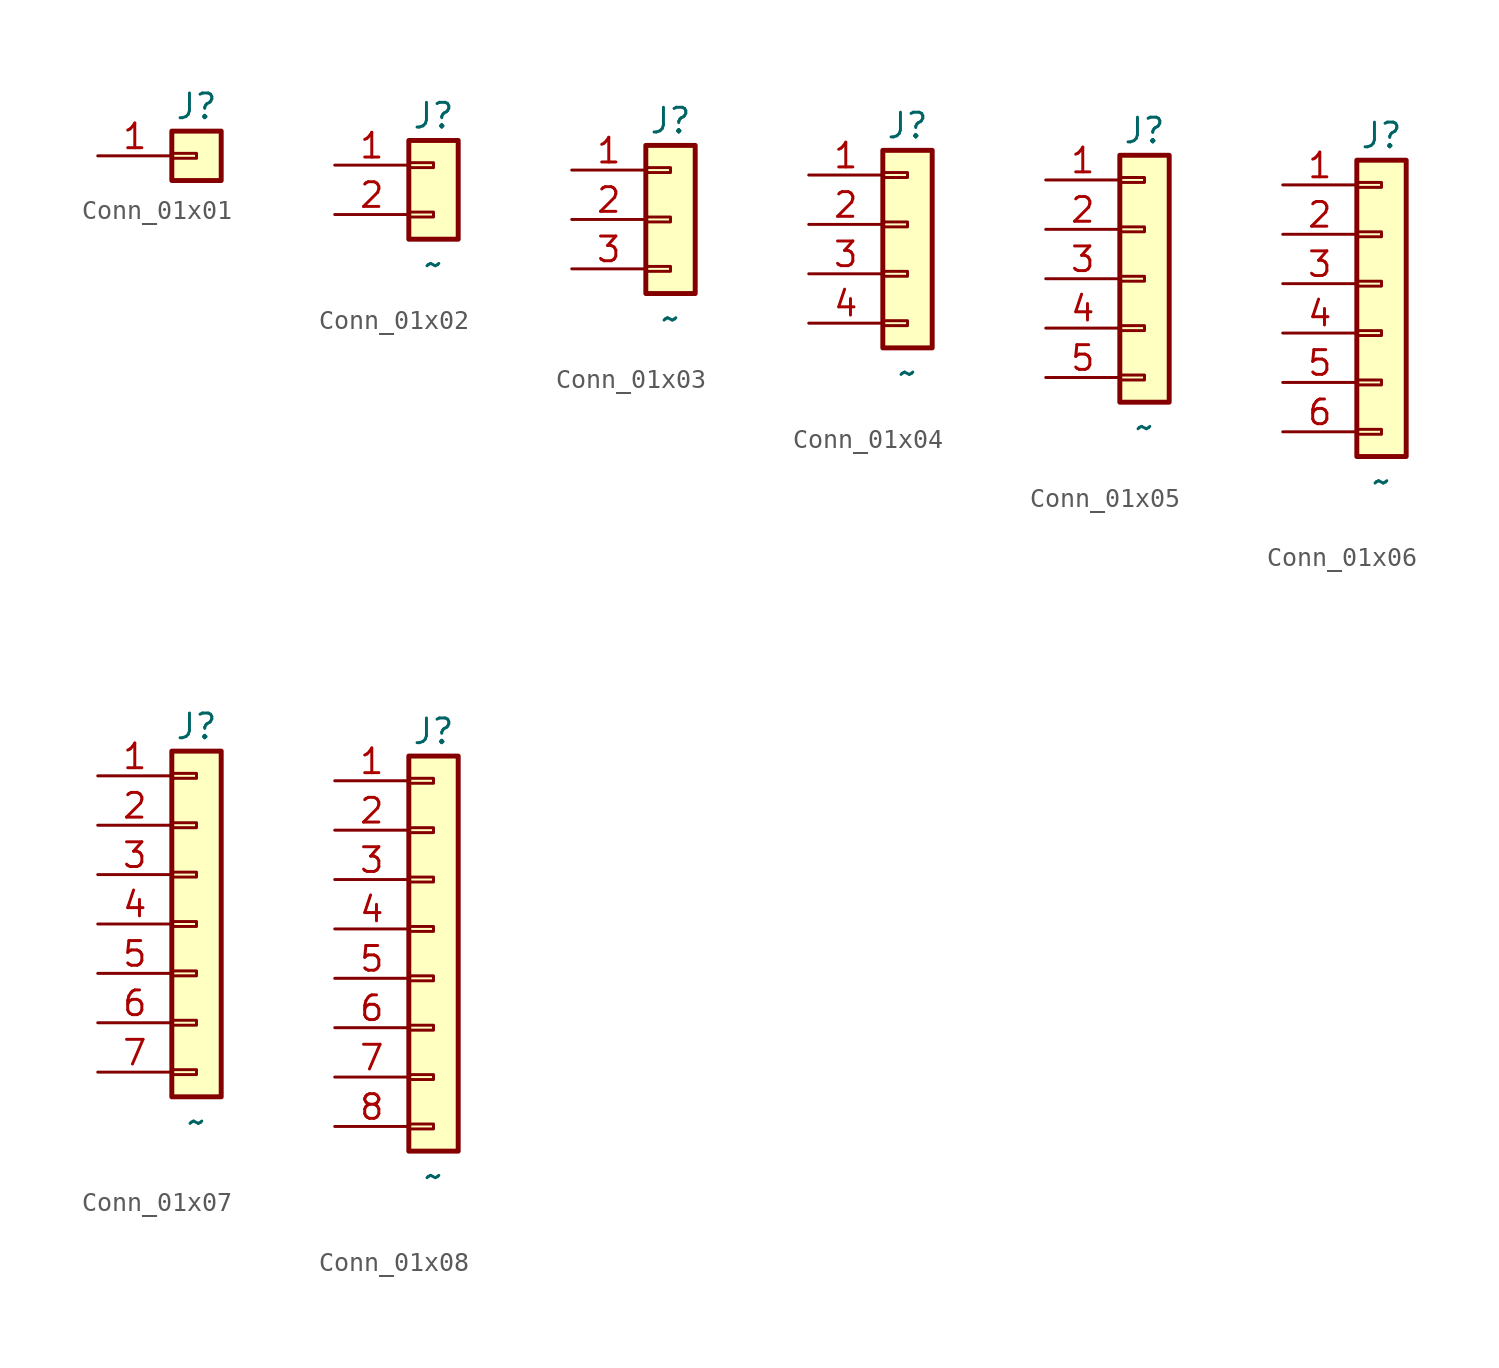
<source format=kicad_sym>
(kicad_symbol_lib
  (version 20231120)
  (generator "kicad_symbol_editor")
  (generator_version "8.0")
  (symbol "Conn_01x01"
    (pin_names
      (offset 1.016) hide)
    (property "Reference" "J"
      (at 0 2.54 0)
      (effects (font (size 1.27 1.27))))
    (symbol "Conn_01x01_1_1"
      (rectangle (start -1.27 0.127) (end 0 -0.127) (stroke (width 0.152) (type default)) (fill (type none)))
      (rectangle (start -1.27 1.27) (end 1.27 -1.27) (stroke (width 0.254) (type default)) (fill (type background)))
      (pin passive line (at -5.08 0 0) (length 3.81) (name "Pin_1" (effects (font (size 1.27 1.27)))) (number "1" (effects (font (size 1.27 1.27)))))))
  (symbol "Conn_01x02"
    (pin_names
      (offset 1.016) hide)
    (property "Reference" "J"
      (at 0 2.54 0)
      (effects (font (size 1.27 1.27))))
    (property "Value" "~"
      (at 0 -5.08 0)
      (effects (font (size 1.27 1.27))))
    (symbol "Conn_01x02_1_1"
      (rectangle (start -1.27 -2.413) (end 0 -2.667) (stroke (width 0.152) (type default)) (fill (type none)))
      (rectangle (start -1.27 0.127) (end 0 -0.127) (stroke (width 0.152) (type default)) (fill (type none)))
      (rectangle (start -1.27 1.27) (end 1.27 -3.81) (stroke (width 0.254) (type default)) (fill (type background)))
      (pin passive line (at -5.08 0 0) (length 3.81) (name "Pin_1" (effects (font (size 1.27 1.27)))) (number "1" (effects (font (size 1.27 1.27)))))
      (pin passive line (at -5.08 -2.54 0) (length 3.81) (name "Pin_2" (effects (font (size 1.27 1.27)))) (number "2" (effects (font (size 1.27 1.27)))))))
  (symbol "Conn_01x03"
    (pin_names
      (offset 1.016) hide)
    (property "Reference" "J"
      (at 0 5.08 0)
      (effects (font (size 1.27 1.27))))
    (property "Value" "~"
      (at 0 -5.08 0)
      (effects (font (size 1.27 1.27))))
    (symbol "Conn_01x03_1_1"
      (rectangle (start -1.27 -2.413) (end 0 -2.667) (stroke (width 0.152) (type default)) (fill (type none)))
      (rectangle (start -1.27 0.127) (end 0 -0.127) (stroke (width 0.152) (type default)) (fill (type none)))
      (rectangle (start -1.27 2.667) (end 0 2.413) (stroke (width 0.152) (type default)) (fill (type none)))
      (rectangle (start -1.27 3.81) (end 1.27 -3.81) (stroke (width 0.254) (type default)) (fill (type background)))
      (pin passive line (at -5.08 2.54 0) (length 3.81) (name "Pin_1" (effects (font (size 1.27 1.27)))) (number "1" (effects (font (size 1.27 1.27)))))
      (pin passive line (at -5.08 0 0) (length 3.81) (name "Pin_2" (effects (font (size 1.27 1.27)))) (number "2" (effects (font (size 1.27 1.27)))))
      (pin passive line (at -5.08 -2.54 0) (length 3.81) (name "Pin_3" (effects (font (size 1.27 1.27)))) (number "3" (effects (font (size 1.27 1.27)))))))
  (symbol "Conn_01x04"
    (pin_names
      (offset 1.016) hide)
    (property "Reference" "J"
      (at 0 5.08 0)
      (effects (font (size 1.27 1.27))))
    (property "Value" "~"
      (at 0 -7.62 0)
      (effects (font (size 1.27 1.27))))
    (symbol "Conn_01x04_1_1"
      (rectangle (start -1.27 -4.953) (end 0 -5.207) (stroke (width 0.152) (type default)) (fill (type none)))
      (rectangle (start -1.27 -2.413) (end 0 -2.667) (stroke (width 0.152) (type default)) (fill (type none)))
      (rectangle (start -1.27 0.127) (end 0 -0.127) (stroke (width 0.152) (type default)) (fill (type none)))
      (rectangle (start -1.27 2.667) (end 0 2.413) (stroke (width 0.152) (type default)) (fill (type none)))
      (rectangle (start -1.27 3.81) (end 1.27 -6.35) (stroke (width 0.254) (type default)) (fill (type background)))
      (pin passive line (at -5.08 2.54 0) (length 3.81) (name "Pin_1" (effects (font (size 1.27 1.27)))) (number "1" (effects (font (size 1.27 1.27)))))
      (pin passive line (at -5.08 0 0) (length 3.81) (name "Pin_2" (effects (font (size 1.27 1.27)))) (number "2" (effects (font (size 1.27 1.27)))))
      (pin passive line (at -5.08 -2.54 0) (length 3.81) (name "Pin_3" (effects (font (size 1.27 1.27)))) (number "3" (effects (font (size 1.27 1.27)))))
      (pin passive line (at -5.08 -5.08 0) (length 3.81) (name "Pin_4" (effects (font (size 1.27 1.27)))) (number "4" (effects (font (size 1.27 1.27)))))))
  (symbol "Conn_01x05"
    (pin_names
      (offset 1.016) hide)
    (property "Reference" "J"
      (at 0 7.62 0)
      (effects (font (size 1.27 1.27))))
    (property "Value" "~"
      (at 0 -7.62 0)
      (effects (font (size 1.27 1.27))))
    (symbol "Conn_01x05_1_1"
      (rectangle (start -1.27 -4.953) (end 0 -5.207) (stroke (width 0.152) (type default)) (fill (type none)))
      (rectangle (start -1.27 -2.413) (end 0 -2.667) (stroke (width 0.152) (type default)) (fill (type none)))
      (rectangle (start -1.27 0.127) (end 0 -0.127) (stroke (width 0.152) (type default)) (fill (type none)))
      (rectangle (start -1.27 2.667) (end 0 2.413) (stroke (width 0.152) (type default)) (fill (type none)))
      (rectangle (start -1.27 5.207) (end 0 4.953) (stroke (width 0.152) (type default)) (fill (type none)))
      (rectangle (start -1.27 6.35) (end 1.27 -6.35) (stroke (width 0.254) (type default)) (fill (type background)))
      (pin passive line (at -5.08 5.08 0) (length 3.81) (name "Pin_1" (effects (font (size 1.27 1.27)))) (number "1" (effects (font (size 1.27 1.27)))))
      (pin passive line (at -5.08 2.54 0) (length 3.81) (name "Pin_2" (effects (font (size 1.27 1.27)))) (number "2" (effects (font (size 1.27 1.27)))))
      (pin passive line (at -5.08 0 0) (length 3.81) (name "Pin_3" (effects (font (size 1.27 1.27)))) (number "3" (effects (font (size 1.27 1.27)))))
      (pin passive line (at -5.08 -2.54 0) (length 3.81) (name "Pin_4" (effects (font (size 1.27 1.27)))) (number "4" (effects (font (size 1.27 1.27)))))
      (pin passive line (at -5.08 -5.08 0) (length 3.81) (name "Pin_5" (effects (font (size 1.27 1.27)))) (number "5" (effects (font (size 1.27 1.27)))))))
  (symbol "Conn_01x06"
    (pin_names
      (offset 1.016) hide)
    (property "Reference" "J"
      (at 0 7.62 0)
      (effects (font (size 1.27 1.27))))
    (property "Value" "~"
      (at 0 -10.16 0)
      (effects (font (size 1.27 1.27))))
    (symbol "Conn_01x06_1_1"
      (rectangle (start -1.27 -7.493) (end 0 -7.747) (stroke (width 0.152) (type default)) (fill (type none)))
      (rectangle (start -1.27 -4.953) (end 0 -5.207) (stroke (width 0.152) (type default)) (fill (type none)))
      (rectangle (start -1.27 -2.413) (end 0 -2.667) (stroke (width 0.152) (type default)) (fill (type none)))
      (rectangle (start -1.27 0.127) (end 0 -0.127) (stroke (width 0.152) (type default)) (fill (type none)))
      (rectangle (start -1.27 2.667) (end 0 2.413) (stroke (width 0.152) (type default)) (fill (type none)))
      (rectangle (start -1.27 5.207) (end 0 4.953) (stroke (width 0.152) (type default)) (fill (type none)))
      (rectangle (start -1.27 6.35) (end 1.27 -8.89) (stroke (width 0.254) (type default)) (fill (type background)))
      (pin passive line (at -5.08 5.08 0) (length 3.81) (name "Pin_1" (effects (font (size 1.27 1.27)))) (number "1" (effects (font (size 1.27 1.27)))))
      (pin passive line (at -5.08 2.54 0) (length 3.81) (name "Pin_2" (effects (font (size 1.27 1.27)))) (number "2" (effects (font (size 1.27 1.27)))))
      (pin passive line (at -5.08 0 0) (length 3.81) (name "Pin_3" (effects (font (size 1.27 1.27)))) (number "3" (effects (font (size 1.27 1.27)))))
      (pin passive line (at -5.08 -2.54 0) (length 3.81) (name "Pin_4" (effects (font (size 1.27 1.27)))) (number "4" (effects (font (size 1.27 1.27)))))
      (pin passive line (at -5.08 -5.08 0) (length 3.81) (name "Pin_5" (effects (font (size 1.27 1.27)))) (number "5" (effects (font (size 1.27 1.27)))))
      (pin passive line (at -5.08 -7.62 0) (length 3.81) (name "Pin_6" (effects (font (size 1.27 1.27)))) (number "6" (effects (font (size 1.27 1.27)))))))
  (symbol "Conn_01x07"
    (pin_names
      (offset 1.016) hide)
    (property "Reference" "J"
      (at 0 10.16 0)
      (effects (font (size 1.27 1.27))))
    (property "Value" "~"
      (at 0 -10.16 0)
      (effects (font (size 1.27 1.27))))
    (symbol "Conn_01x07_1_1"
      (rectangle (start -1.27 -7.493) (end 0 -7.747) (stroke (width 0.152) (type default)) (fill (type none)))
      (rectangle (start -1.27 -4.953) (end 0 -5.207) (stroke (width 0.152) (type default)) (fill (type none)))
      (rectangle (start -1.27 -2.413) (end 0 -2.667) (stroke (width 0.152) (type default)) (fill (type none)))
      (rectangle (start -1.27 0.127) (end 0 -0.127) (stroke (width 0.152) (type default)) (fill (type none)))
      (rectangle (start -1.27 2.667) (end 0 2.413) (stroke (width 0.152) (type default)) (fill (type none)))
      (rectangle (start -1.27 5.207) (end 0 4.953) (stroke (width 0.152) (type default)) (fill (type none)))
      (rectangle (start -1.27 7.747) (end 0 7.493) (stroke (width 0.152) (type default)) (fill (type none)))
      (rectangle (start -1.27 8.89) (end 1.27 -8.89) (stroke (width 0.254) (type default)) (fill (type background)))
      (pin passive line (at -5.08 7.62 0) (length 3.81) (name "Pin_1" (effects (font (size 1.27 1.27)))) (number "1" (effects (font (size 1.27 1.27)))))
      (pin passive line (at -5.08 5.08 0) (length 3.81) (name "Pin_2" (effects (font (size 1.27 1.27)))) (number "2" (effects (font (size 1.27 1.27)))))
      (pin passive line (at -5.08 2.54 0) (length 3.81) (name "Pin_3" (effects (font (size 1.27 1.27)))) (number "3" (effects (font (size 1.27 1.27)))))
      (pin passive line (at -5.08 0 0) (length 3.81) (name "Pin_4" (effects (font (size 1.27 1.27)))) (number "4" (effects (font (size 1.27 1.27)))))
      (pin passive line (at -5.08 -2.54 0) (length 3.81) (name "Pin_5" (effects (font (size 1.27 1.27)))) (number "5" (effects (font (size 1.27 1.27)))))
      (pin passive line (at -5.08 -5.08 0) (length 3.81) (name "Pin_6" (effects (font (size 1.27 1.27)))) (number "6" (effects (font (size 1.27 1.27)))))
      (pin passive line (at -5.08 -7.62 0) (length 3.81) (name "Pin_7" (effects (font (size 1.27 1.27)))) (number "7" (effects (font (size 1.27 1.27)))))))
  (symbol "Conn_01x08"
    (pin_names
      (offset 1.016) hide)
    (property "Reference" "J"
      (at 0 10.16 0)
      (effects (font (size 1.27 1.27))))
    (property "Value" "~"
      (at 0 -12.7 0)
      (effects (font (size 1.27 1.27))))
    (symbol "Conn_01x08_1_1"
      (rectangle (start -1.27 -10.033) (end 0 -10.287) (stroke (width 0.152) (type default)) (fill (type none)))
      (rectangle (start -1.27 -7.493) (end 0 -7.747) (stroke (width 0.152) (type default)) (fill (type none)))
      (rectangle (start -1.27 -4.953) (end 0 -5.207) (stroke (width 0.152) (type default)) (fill (type none)))
      (rectangle (start -1.27 -2.413) (end 0 -2.667) (stroke (width 0.152) (type default)) (fill (type none)))
      (rectangle (start -1.27 0.127) (end 0 -0.127) (stroke (width 0.152) (type default)) (fill (type none)))
      (rectangle (start -1.27 2.667) (end 0 2.413) (stroke (width 0.152) (type default)) (fill (type none)))
      (rectangle (start -1.27 5.207) (end 0 4.953) (stroke (width 0.152) (type default)) (fill (type none)))
      (rectangle (start -1.27 7.747) (end 0 7.493) (stroke (width 0.152) (type default)) (fill (type none)))
      (rectangle (start -1.27 8.89) (end 1.27 -11.43) (stroke (width 0.254) (type default)) (fill (type background)))
      (pin passive line (at -5.08 7.62 0) (length 3.81) (name "Pin_1" (effects (font (size 1.27 1.27)))) (number "1" (effects (font (size 1.27 1.27)))))
      (pin passive line (at -5.08 5.08 0) (length 3.81) (name "Pin_2" (effects (font (size 1.27 1.27)))) (number "2" (effects (font (size 1.27 1.27)))))
      (pin passive line (at -5.08 2.54 0) (length 3.81) (name "Pin_3" (effects (font (size 1.27 1.27)))) (number "3" (effects (font (size 1.27 1.27)))))
      (pin passive line (at -5.08 0 0) (length 3.81) (name "Pin_4" (effects (font (size 1.27 1.27)))) (number "4" (effects (font (size 1.27 1.27)))))
      (pin passive line (at -5.08 -2.54 0) (length 3.81) (name "Pin_5" (effects (font (size 1.27 1.27)))) (number "5" (effects (font (size 1.27 1.27)))))
      (pin passive line (at -5.08 -5.08 0) (length 3.81) (name "Pin_6" (effects (font (size 1.27 1.27)))) (number "6" (effects (font (size 1.27 1.27)))))
      (pin passive line (at -5.08 -7.62 0) (length 3.81) (name "Pin_7" (effects (font (size 1.27 1.27)))) (number "7" (effects (font (size 1.27 1.27)))))
      (pin passive line (at -5.08 -10.16 0) (length 3.81) (name "Pin_8" (effects (font (size 1.27 1.27)))) (number "8" (effects (font (size 1.27 1.27))))))))
</source>
